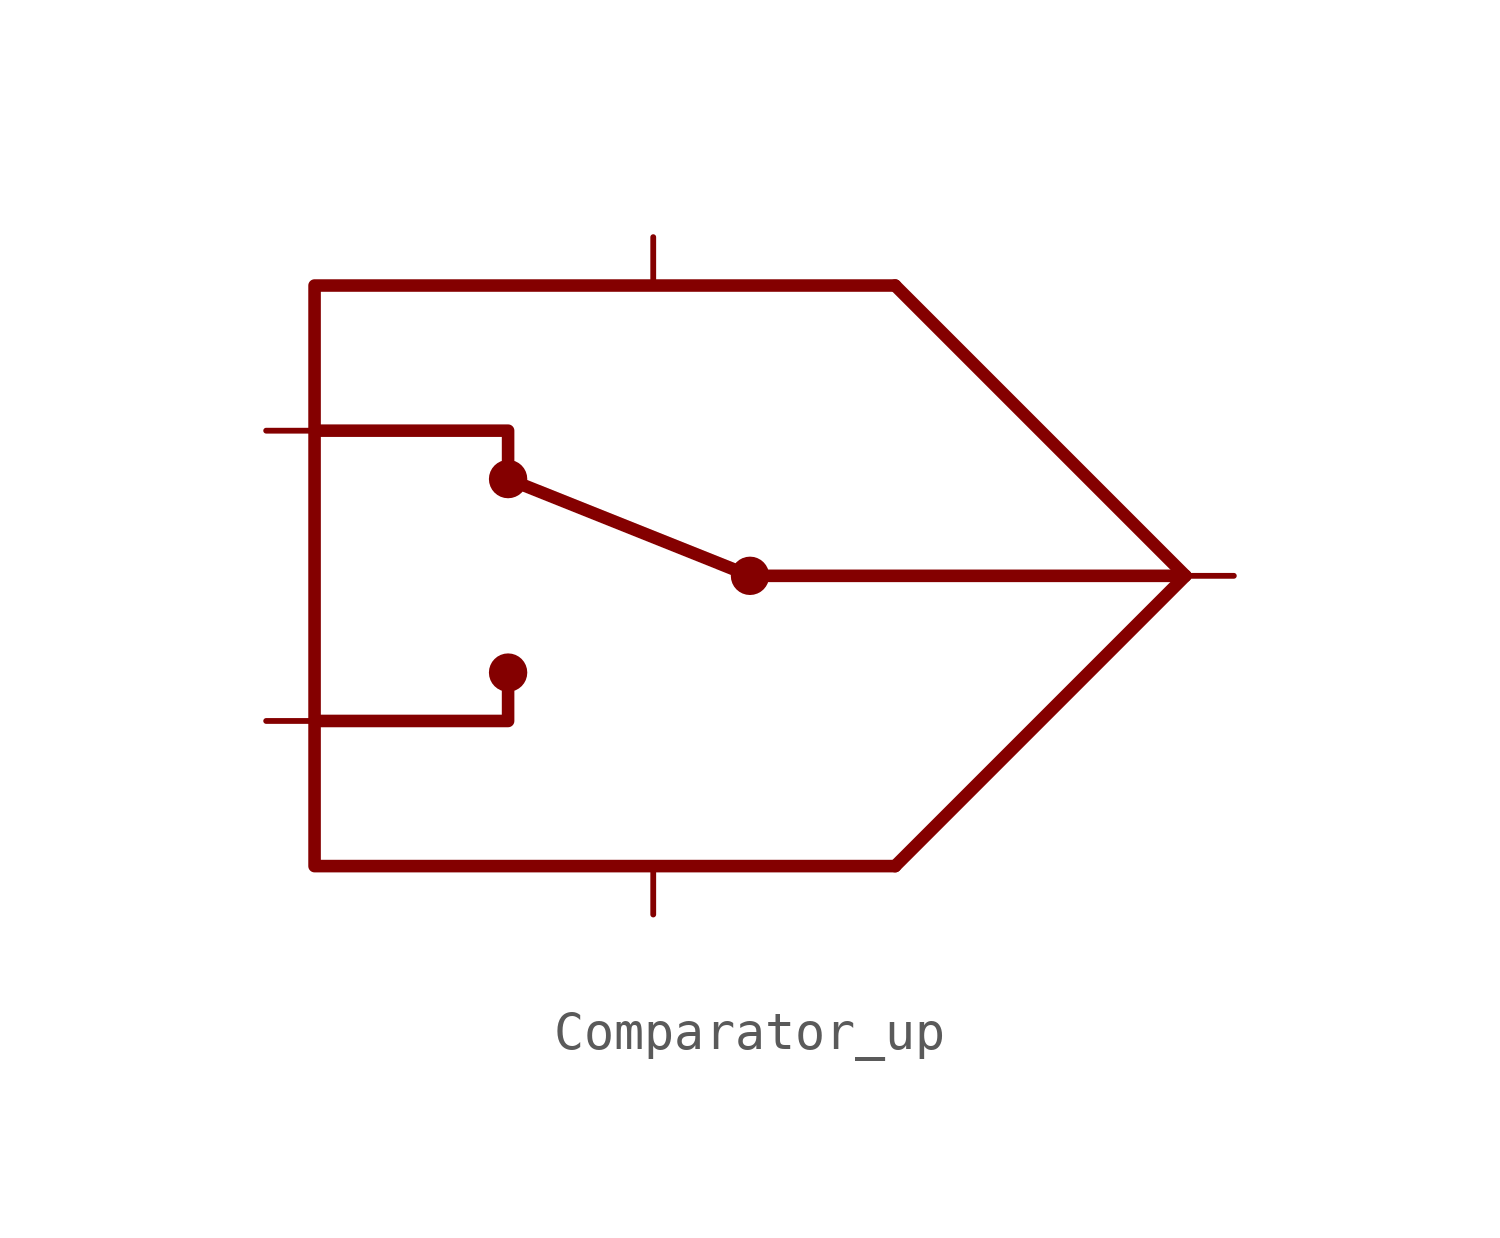
<source format=kicad_sym>
(kicad_symbol_lib
  (version 20211014)
  (generator kicad_symbol_editor)
  (symbol "Comparator_up"
    (property "Reference" "U"
      (at 2.54 16.51 0)
      (effects (font (size 1.27 1.27)) hide))
    (symbol "Comparator_up_0_0"
      (circle (center -10.16 -2.54) (radius 0.254) (stroke (width 0.5) (type default) (color 0 0 0 0)) (fill (type none)))
      (circle (center -10.16 2.54) (radius 0.254) (stroke (width 0.5) (type default) (color 0 0 0 0)) (fill (type none)))
      (circle (center -3.81 0) (radius 0.0001) (stroke (width 0) (type default) (color 0 0 0 0)) (fill (type none)))
      (circle (center -3.81 0) (radius 0.254) (stroke (width 0.5) (type default) (color 0 0 0 0)) (fill (type none)))
      (polyline (pts (xy -10.16 -2.54)) (stroke (width 0.75) (type default) (color 0 0 0 0)) (fill (type none)))
      (polyline (pts (xy -10.16 2.54)) (stroke (width 0) (type default) (color 0 0 0 0)) (fill (type none)))
      (polyline (pts (xy -10.16 2.54) (xy -3.81 0)) (stroke (width 0.33) (type default) (color 0 0 0 0)) (fill (type none)))
      (polyline (pts (xy -3.81 0) (xy 7.62 0)) (stroke (width 0.33) (type default) (color 0 0 0 0)) (fill (type none)))
      (polyline (pts (xy -15.24 -3.81) (xy -10.16 -3.81) (xy -10.16 -2.54)) (stroke (width 0.33) (type default) (color 0 0 0 0)) (fill (type none)))
      (polyline (pts (xy -15.24 3.81) (xy -10.16 3.81) (xy -10.16 2.54)) (stroke (width 0.33) (type default) (color 0 0 0 0)) (fill (type none)))
      (polyline (pts (xy 0 7.62) (xy -15.24 7.62) (xy -15.24 -7.62) (xy 0 -7.62)) (stroke (width 0.33) (type default) (color 0 0 0 0)) (fill (type none))))
    (symbol "Comparator_up_0_1"
      (polyline (pts (xy 0 7.62) (xy 7.62 0) (xy 0 -7.62)) (stroke (width 0.33) (type default) (color 0 0 0 0)) (fill (type none))))
    (symbol "Comparator_up_1_1"
      (pin input line (at -16.51 -3.81 0) (length 1.27) (name "" (effects (font (size 1.27 1.27)))) (number "" (effects (font (size 1.27 1.27)))))
      (pin input line (at -16.51 3.81 0) (length 1.27) (name "" (effects (font (size 1.27 1.27)))) (number "" (effects (font (size 1.27 1.27)))))
      (pin input line (at -6.35 -8.89 90) (length 1.27) (name "" (effects (font (size 1.27 1.27)))) (number "" (effects (font (size 1.27 1.27)))))
      (pin input line (at -6.35 8.89 270) (length 1.27) (name "" (effects (font (size 1.27 1.27)))) (number "" (effects (font (size 1.27 1.27)))))
      (pin output line (at 8.89 0 180) (length 1.27) (name "" (effects (font (size 1.27 1.27)))) (number "" (effects (font (size 1.27 1.27))))))))
</source>
